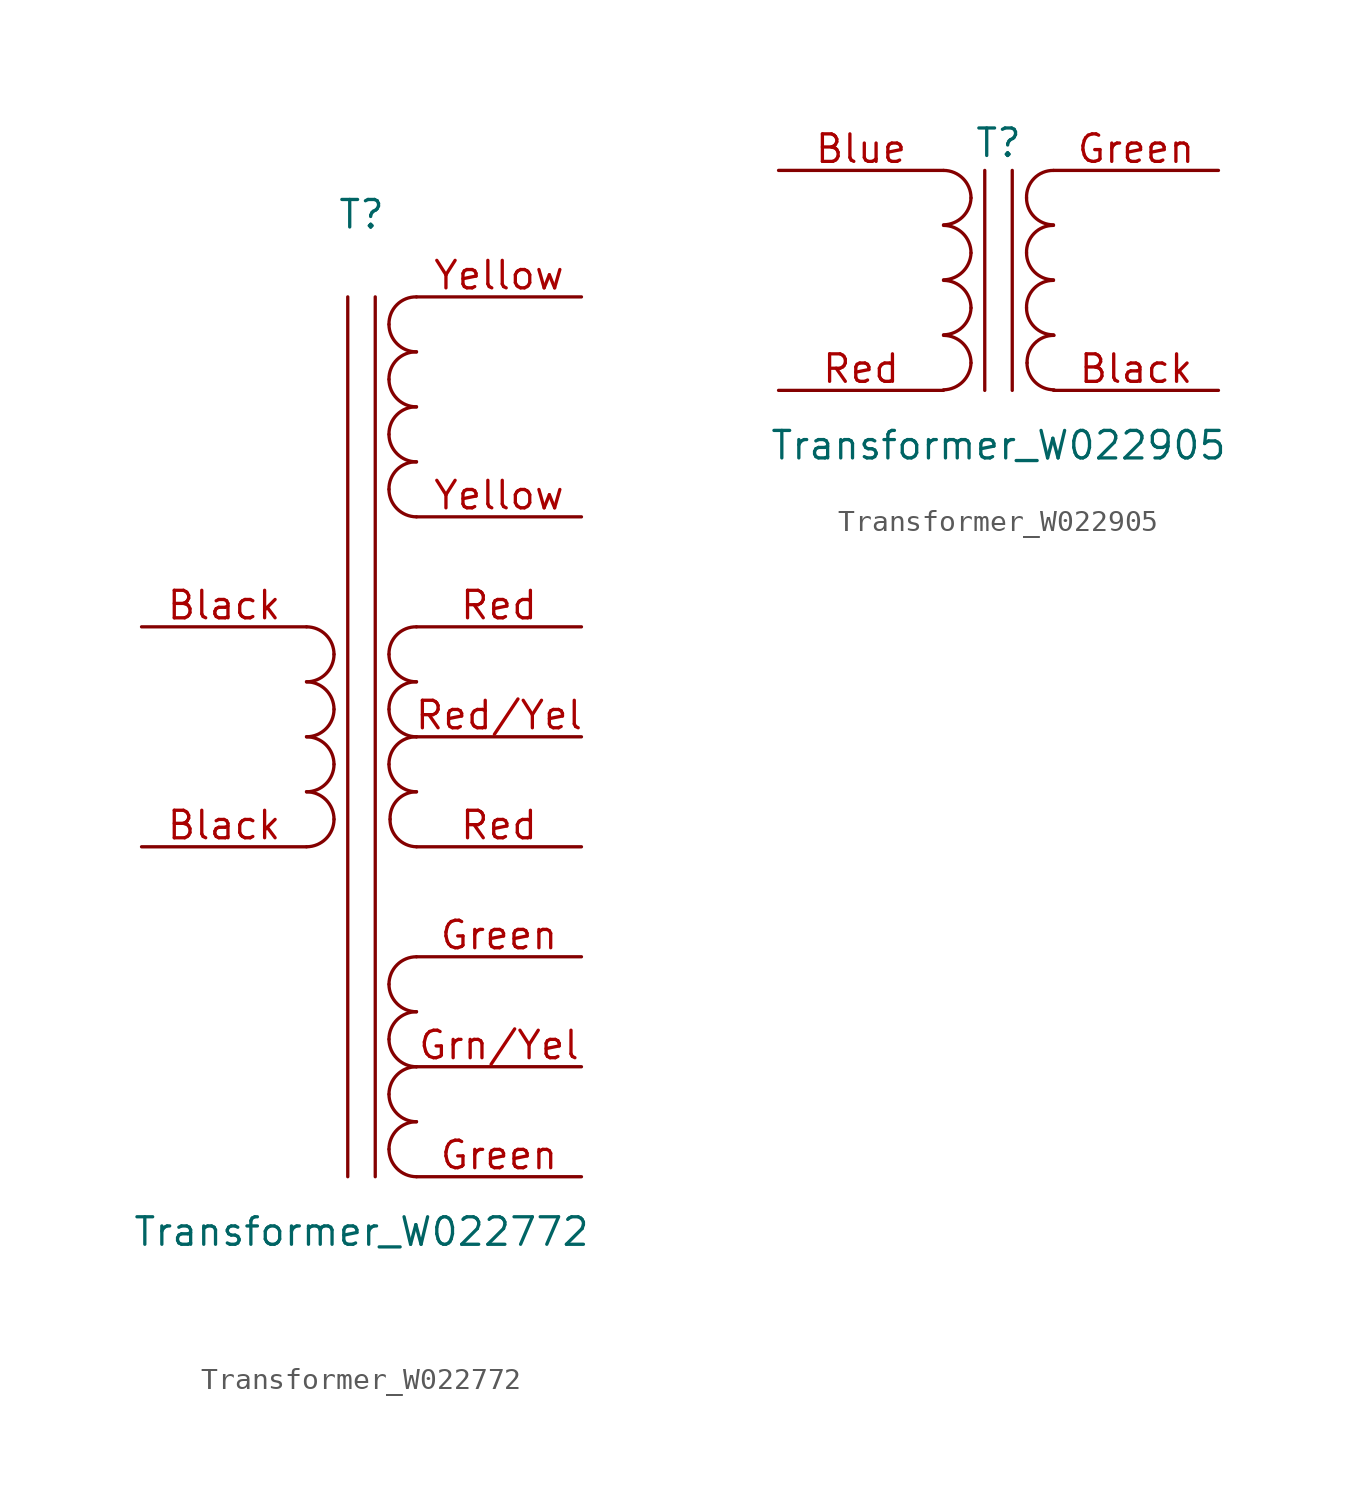
<source format=kicad_sym>
(kicad_symbol_lib
  (version 20211014)
  (generator kicad_symbol_editor)
  (symbol "Transformer_W022772"
    (pin_names
      (offset 1.016) hide)
    (property "Reference" "T"
      (at 0 24.13 0)
      (effects (font (size 1.27 1.27))))
    (property "Value" "Transformer_W022772"
      (at 0 -22.86 0)
      (effects (font (size 1.27 1.27))))
    (symbol "Transformer_W022772_0_1"
      (arc (start -2.54 -5.08) (mid -1.6422 -4.7078) (end -1.27 -3.81) (stroke (width 0) (type default) (color 0 0 0 0)) (fill (type none)))
      (arc (start -2.54 -2.54) (mid -1.6426 -2.1674) (end -1.27 -1.27) (stroke (width 0) (type default) (color 0 0 0 0)) (fill (type none)))
      (arc (start -2.54 0) (mid -1.6422 0.3722) (end -1.27 1.27) (stroke (width 0) (type default) (color 0 0 0 0)) (fill (type none)))
      (arc (start -2.54 2.54) (mid -1.6417 2.9117) (end -1.27 3.81) (stroke (width 0) (type default) (color 0 0 0 0)) (fill (type none)))
      (arc (start -1.27 -3.81) (mid -1.642 -2.912) (end -2.54 -2.54) (stroke (width 0) (type default) (color 0 0 0 0)) (fill (type none)))
      (arc (start -1.27 -1.27) (mid -1.641 -0.371) (end -2.54 0) (stroke (width 0) (type default) (color 0 0 0 0)) (fill (type none)))
      (arc (start -1.27 1.27) (mid -1.6426 2.1674) (end -2.54 2.54) (stroke (width 0) (type default) (color 0 0 0 0)) (fill (type none)))
      (arc (start -1.27 3.81) (mid -1.6418 4.7082) (end -2.54 5.08) (stroke (width 0) (type default) (color 0 0 0 0)) (fill (type none)))
      (polyline (pts (xy -0.635 20.32) (xy -0.635 -20.32)) (stroke (width 0) (type default) (color 0 0 0 0)) (fill (type none)))
      (polyline (pts (xy 0.635 -20.32) (xy 0.635 20.32)) (stroke (width 0) (type default) (color 0 0 0 0)) (fill (type none)))
      (arc (start 1.27 -19.05) (mid 1.6425 -19.9475) (end 2.54 -20.32) (stroke (width 0) (type default) (color 0 0 0 0)) (fill (type none)))
      (arc (start 1.27 -16.51) (mid 1.6424 -17.4076) (end 2.54 -17.78) (stroke (width 0) (type default) (color 0 0 0 0)) (fill (type none)))
      (arc (start 1.27 -13.97) (mid 1.6425 -14.8675) (end 2.54 -15.24) (stroke (width 0) (type default) (color 0 0 0 0)) (fill (type none)))
      (arc (start 1.27 -11.43) (mid 1.6425 -12.3275) (end 2.54 -12.7) (stroke (width 0) (type default) (color 0 0 0 0)) (fill (type none)))
      (arc (start 1.27 -1.27) (mid 1.6423 -2.1677) (end 2.54 -2.54) (stroke (width 0) (type default) (color 0 0 0 0)) (fill (type none)))
      (arc (start 1.27 1.27) (mid 1.6425 0.3725) (end 2.54 0) (stroke (width 0) (type default) (color 0 0 0 0)) (fill (type none)))
      (arc (start 1.27 3.81) (mid 1.6427 2.9127) (end 2.54 2.54) (stroke (width 0) (type default) (color 0 0 0 0)) (fill (type none)))
      (arc (start 1.27 11.43) (mid 1.643 10.533) (end 2.54 10.16) (stroke (width 0) (type default) (color 0 0 0 0)) (fill (type none)))
      (arc (start 1.27 13.97) (mid 1.6424 13.0724) (end 2.54 12.7) (stroke (width 0) (type default) (color 0 0 0 0)) (fill (type none)))
      (arc (start 1.27 16.51) (mid 1.6424 15.6124) (end 2.54 15.24) (stroke (width 0) (type default) (color 0 0 0 0)) (fill (type none)))
      (arc (start 1.27 19.05) (mid 1.6426 18.1526) (end 2.54 17.78) (stroke (width 0) (type default) (color 0 0 0 0)) (fill (type none)))
      (arc (start 1.3208 -3.81) (mid 1.6674 -4.6975) (end 2.54 -5.08) (stroke (width 0) (type default) (color 0 0 0 0)) (fill (type none)))
      (arc (start 2.54 -17.78) (mid 1.6417 -18.1517) (end 1.27 -19.05) (stroke (width 0) (type default) (color 0 0 0 0)) (fill (type none)))
      (arc (start 2.54 -15.24) (mid 1.6413 -15.6113) (end 1.27 -16.51) (stroke (width 0) (type default) (color 0 0 0 0)) (fill (type none)))
      (arc (start 2.54 -12.7) (mid 1.6399 -13.0699) (end 1.27 -13.97) (stroke (width 0) (type default) (color 0 0 0 0)) (fill (type none)))
      (arc (start 2.54 -10.16) (mid 1.6413 -10.5313) (end 1.27 -11.43) (stroke (width 0) (type default) (color 0 0 0 0)) (fill (type none)))
      (arc (start 2.54 -2.54) (mid 1.6585 -2.914) (end 1.3208 -3.81) (stroke (width 0) (type default) (color 0 0 0 0)) (fill (type none)))
      (arc (start 2.54 0) (mid 1.6352 -0.3652) (end 1.27 -1.27) (stroke (width 0) (type default) (color 0 0 0 0)) (fill (type none)))
      (arc (start 2.54 2.54) (mid 1.6333 2.1767) (end 1.27 1.27) (stroke (width 0) (type default) (color 0 0 0 0)) (fill (type none)))
      (arc (start 2.54 5.08) (mid 1.6333 4.7167) (end 1.27 3.81) (stroke (width 0) (type default) (color 0 0 0 0)) (fill (type none)))
      (arc (start 2.54 12.7) (mid 1.6337 12.3363) (end 1.27 11.43) (stroke (width 0) (type default) (color 0 0 0 0)) (fill (type none)))
      (arc (start 2.54 15.24) (mid 1.6331 14.8769) (end 1.27 13.97) (stroke (width 0) (type default) (color 0 0 0 0)) (fill (type none)))
      (arc (start 2.54 17.78) (mid 1.6334 17.4166) (end 1.27 16.51) (stroke (width 0) (type default) (color 0 0 0 0)) (fill (type none)))
      (arc (start 2.54 20.32) (mid 1.6332 19.9568) (end 1.27 19.05) (stroke (width 0) (type default) (color 0 0 0 0)) (fill (type none))))
    (symbol "Transformer_W022772_1_1"
      (pin passive line (at -10.16 5.08 0) (length 7.62) (name "AA" (effects (font (size 1.27 1.27)))) (number "Black" (effects (font (size 1.27 1.27)))))
      (pin passive line (at -10.16 -5.08 0) (length 7.62) (name "AB" (effects (font (size 1.27 1.27)))) (number "Black" (effects (font (size 1.27 1.27)))))
      (pin passive line (at 10.16 -10.16 180) (length 7.62) (name "OUT3A" (effects (font (size 1.27 1.27)))) (number "Green" (effects (font (size 1.27 1.27)))))
      (pin passive line (at 10.16 -20.32 180) (length 7.62) (name "OUT3B" (effects (font (size 1.27 1.27)))) (number "Green" (effects (font (size 1.27 1.27)))))
      (pin passive line (at 10.16 -15.24 180) (length 7.62) (name "OUT3C" (effects (font (size 1.27 1.27)))) (number "Grn/Yel" (effects (font (size 1.27 1.27)))))
      (pin passive line (at 10.16 5.08 180) (length 7.62) (name "OUT1A" (effects (font (size 1.27 1.27)))) (number "Red" (effects (font (size 1.27 1.27)))))
      (pin passive line (at 10.16 -5.08 180) (length 7.62) (name "OUT1B" (effects (font (size 1.27 1.27)))) (number "Red" (effects (font (size 1.27 1.27)))))
      (pin passive line (at 10.16 0 180) (length 7.62) (name "OUT1C" (effects (font (size 1.27 1.27)))) (number "Red/Yel" (effects (font (size 1.27 1.27)))))
      (pin passive line (at 10.16 20.32 180) (length 7.62) (name "OUT2A" (effects (font (size 1.27 1.27)))) (number "Yellow" (effects (font (size 1.27 1.27)))))
      (pin passive line (at 10.16 10.16 180) (length 7.62) (name "OUT2B" (effects (font (size 1.27 1.27)))) (number "Yellow" (effects (font (size 1.27 1.27)))))))
  (symbol "Transformer_W022905"
    (pin_names
      (offset 1.016) hide)
    (property "Reference" "T"
      (at 0 6.35 0)
      (effects (font (size 1.27 1.27))))
    (property "Value" "Transformer_W022905"
      (at 0 -7.62 0)
      (effects (font (size 1.27 1.27))))
    (symbol "Transformer_W022905_0_1"
      (arc (start -2.54 -5.0546) (mid -1.6561 -4.6863) (end -1.27 -3.81) (stroke (width 0) (type default) (color 0 0 0 0)) (fill (type none)))
      (arc (start -2.54 -2.5146) (mid -1.6561 -2.1463) (end -1.27 -1.27) (stroke (width 0) (type default) (color 0 0 0 0)) (fill (type none)))
      (arc (start -2.54 0.0254) (mid -1.6561 0.3937) (end -1.27 1.27) (stroke (width 0) (type default) (color 0 0 0 0)) (fill (type none)))
      (arc (start -2.54 2.5654) (mid -1.6561 2.9337) (end -1.27 3.81) (stroke (width 0) (type default) (color 0 0 0 0)) (fill (type none)))
      (arc (start -1.27 -3.81) (mid -1.642 -2.912) (end -2.54 -2.54) (stroke (width 0) (type default) (color 0 0 0 0)) (fill (type none)))
      (arc (start -1.27 -1.27) (mid -1.642 -0.372) (end -2.54 0) (stroke (width 0) (type default) (color 0 0 0 0)) (fill (type none)))
      (arc (start -1.27 1.27) (mid -1.642 2.168) (end -2.54 2.54) (stroke (width 0) (type default) (color 0 0 0 0)) (fill (type none)))
      (arc (start -1.27 3.81) (mid -1.642 4.708) (end -2.54 5.08) (stroke (width 0) (type default) (color 0 0 0 0)) (fill (type none)))
      (polyline (pts (xy -0.635 5.08) (xy -0.635 -5.08)) (stroke (width 0) (type default) (color 0 0 0 0)) (fill (type none)))
      (polyline (pts (xy 0.635 -5.08) (xy 0.635 5.08)) (stroke (width 0) (type default) (color 0 0 0 0)) (fill (type none)))
      (arc (start 1.2954 -1.27) (mid 1.6599 -2.1501) (end 2.54 -2.5146) (stroke (width 0) (type default) (color 0 0 0 0)) (fill (type none)))
      (arc (start 1.2954 1.27) (mid 1.6599 0.3899) (end 2.54 0.0254) (stroke (width 0) (type default) (color 0 0 0 0)) (fill (type none)))
      (arc (start 1.2954 3.81) (mid 1.6599 2.9299) (end 2.54 2.5654) (stroke (width 0) (type default) (color 0 0 0 0)) (fill (type none)))
      (arc (start 1.3208 -3.81) (mid 1.6853 -4.6901) (end 2.5654 -5.0546) (stroke (width 0) (type default) (color 0 0 0 0)) (fill (type none)))
      (arc (start 2.54 0) (mid 1.6456 -0.3683) (end 1.2954 -1.27) (stroke (width 0) (type default) (color 0 0 0 0)) (fill (type none)))
      (arc (start 2.54 2.54) (mid 1.6456 2.1717) (end 1.2954 1.27) (stroke (width 0) (type default) (color 0 0 0 0)) (fill (type none)))
      (arc (start 2.54 5.08) (mid 1.6456 4.7117) (end 1.2954 3.81) (stroke (width 0) (type default) (color 0 0 0 0)) (fill (type none)))
      (arc (start 2.5654 -2.54) (mid 1.671 -2.9083) (end 1.3208 -3.81) (stroke (width 0) (type default) (color 0 0 0 0)) (fill (type none))))
    (symbol "Transformer_W022905_1_1"
      (pin passive line (at 10.16 -5.08 180) (length 7.62) (name "SA" (effects (font (size 1.27 1.27)))) (number "Black" (effects (font (size 1.27 1.27)))))
      (pin passive line (at -10.16 5.08 0) (length 7.62) (name "AA" (effects (font (size 1.27 1.27)))) (number "Blue" (effects (font (size 1.27 1.27)))))
      (pin passive line (at 10.16 5.08 180) (length 7.62) (name "SB" (effects (font (size 1.27 1.27)))) (number "Green" (effects (font (size 1.27 1.27)))))
      (pin passive line (at -10.16 -5.08 0) (length 7.62) (name "AB" (effects (font (size 1.27 1.27)))) (number "Red" (effects (font (size 1.27 1.27))))))))
</source>
